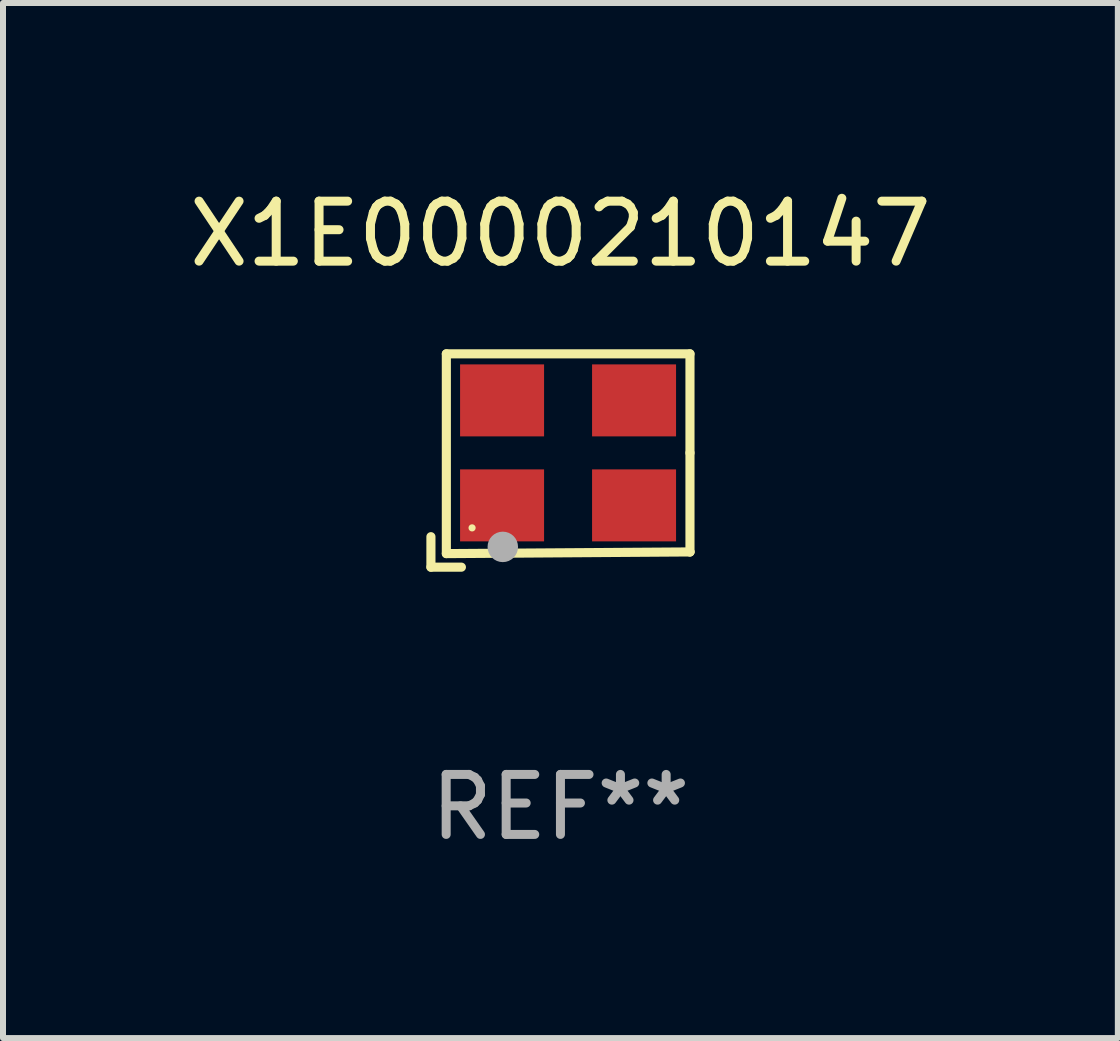
<source format=kicad_pcb>
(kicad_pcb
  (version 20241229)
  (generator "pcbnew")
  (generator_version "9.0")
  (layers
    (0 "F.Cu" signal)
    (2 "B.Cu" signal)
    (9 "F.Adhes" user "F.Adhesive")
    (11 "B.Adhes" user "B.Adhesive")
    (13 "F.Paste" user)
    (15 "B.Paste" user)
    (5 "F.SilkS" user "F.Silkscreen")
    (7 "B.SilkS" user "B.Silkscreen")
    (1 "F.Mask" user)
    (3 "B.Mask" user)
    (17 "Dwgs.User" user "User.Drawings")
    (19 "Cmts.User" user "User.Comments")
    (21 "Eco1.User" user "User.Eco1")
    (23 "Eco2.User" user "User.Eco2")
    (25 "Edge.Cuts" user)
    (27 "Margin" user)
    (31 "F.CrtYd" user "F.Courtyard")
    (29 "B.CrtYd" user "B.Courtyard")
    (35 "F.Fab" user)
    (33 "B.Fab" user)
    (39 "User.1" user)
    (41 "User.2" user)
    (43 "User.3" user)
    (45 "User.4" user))
  (footprint "X1E0000210147"
    (layer "F.Cu")
    (at 6.292 4.626)
    (property "Reference" "X1E0000210147" (at 0 -3.778 0) (layer "F.SilkS") (effects (font (size 1 1) (thickness 0.15))))
    (attr through_hole)
    (fp_line (start -2.159 1.27) (end -2.159 1.778) (stroke (width 0.152) (type solid)) (layer "F.SilkS"))
    (fp_line (start -2.159 1.778) (end -1.651 1.778) (stroke (width 0.152) (type solid)) (layer "F.SilkS"))
    (fp_line (start -1.902 -1.778) (end 2.159 -1.778) (stroke (width 0.152) (type solid)) (layer "F.SilkS"))
    (fp_line (start -1.902 1.552) (end -1.902 -1.778) (stroke (width 0.152) (type solid)) (layer "F.SilkS"))
    (fp_line (start 2.159 -1.778) (end 2.159 -0.127) (stroke (width 0.152) (type solid)) (layer "F.SilkS"))
    (fp_line (start 2.159 -0.127) (end 2.159 1.524) (stroke (width 0.152) (type solid)) (layer "F.SilkS"))
    (fp_line (start 2.159 1.524) (end -1.902 1.552) (stroke (width 0.152) (type solid)) (layer "F.SilkS"))
    (fp_line (start 2.159 1.524) (end 2.159 1.524) (stroke (width 0.152) (type solid)) (layer "F.SilkS"))
    (fp_circle (center -1.473 1.123) (end -1.443 1.123) (stroke (width 0.06) (type solid)) (fill no) (layer "F.SilkS"))
    (fp_circle (center -0.961 1.44) (end -0.834 1.44) (stroke (width 0.254) (type solid)) (fill no) (layer "F.Fab"))
    (fp_text user "REF**" (at 0 5.778 0) (layer "F.Fab") (effects (font (size 1 1) (thickness 0.15))))
    (pad "1" smd rect (at -0.973 0.748) (size 1.4 1.2) (layers "F.Cu" "F.Mask" "F.Paste"))
    (pad "2" smd rect (at 1.227 0.748) (size 1.4 1.2) (layers "F.Cu" "F.Mask" "F.Paste"))
    (pad "3" smd rect (at 1.227 -1.002) (size 1.4 1.2) (layers "F.Cu" "F.Mask" "F.Paste"))
    (pad "4" smd rect (at -0.973 -1.002) (size 1.4 1.2) (layers "F.Cu" "F.Mask" "F.Paste")))
  (gr_rect
    (start -3 -3)
    (end 15.583 14.253)
    (stroke (width 0.1) (type default))
    (fill no)
    (layer "Edge.Cuts")))
</source>
